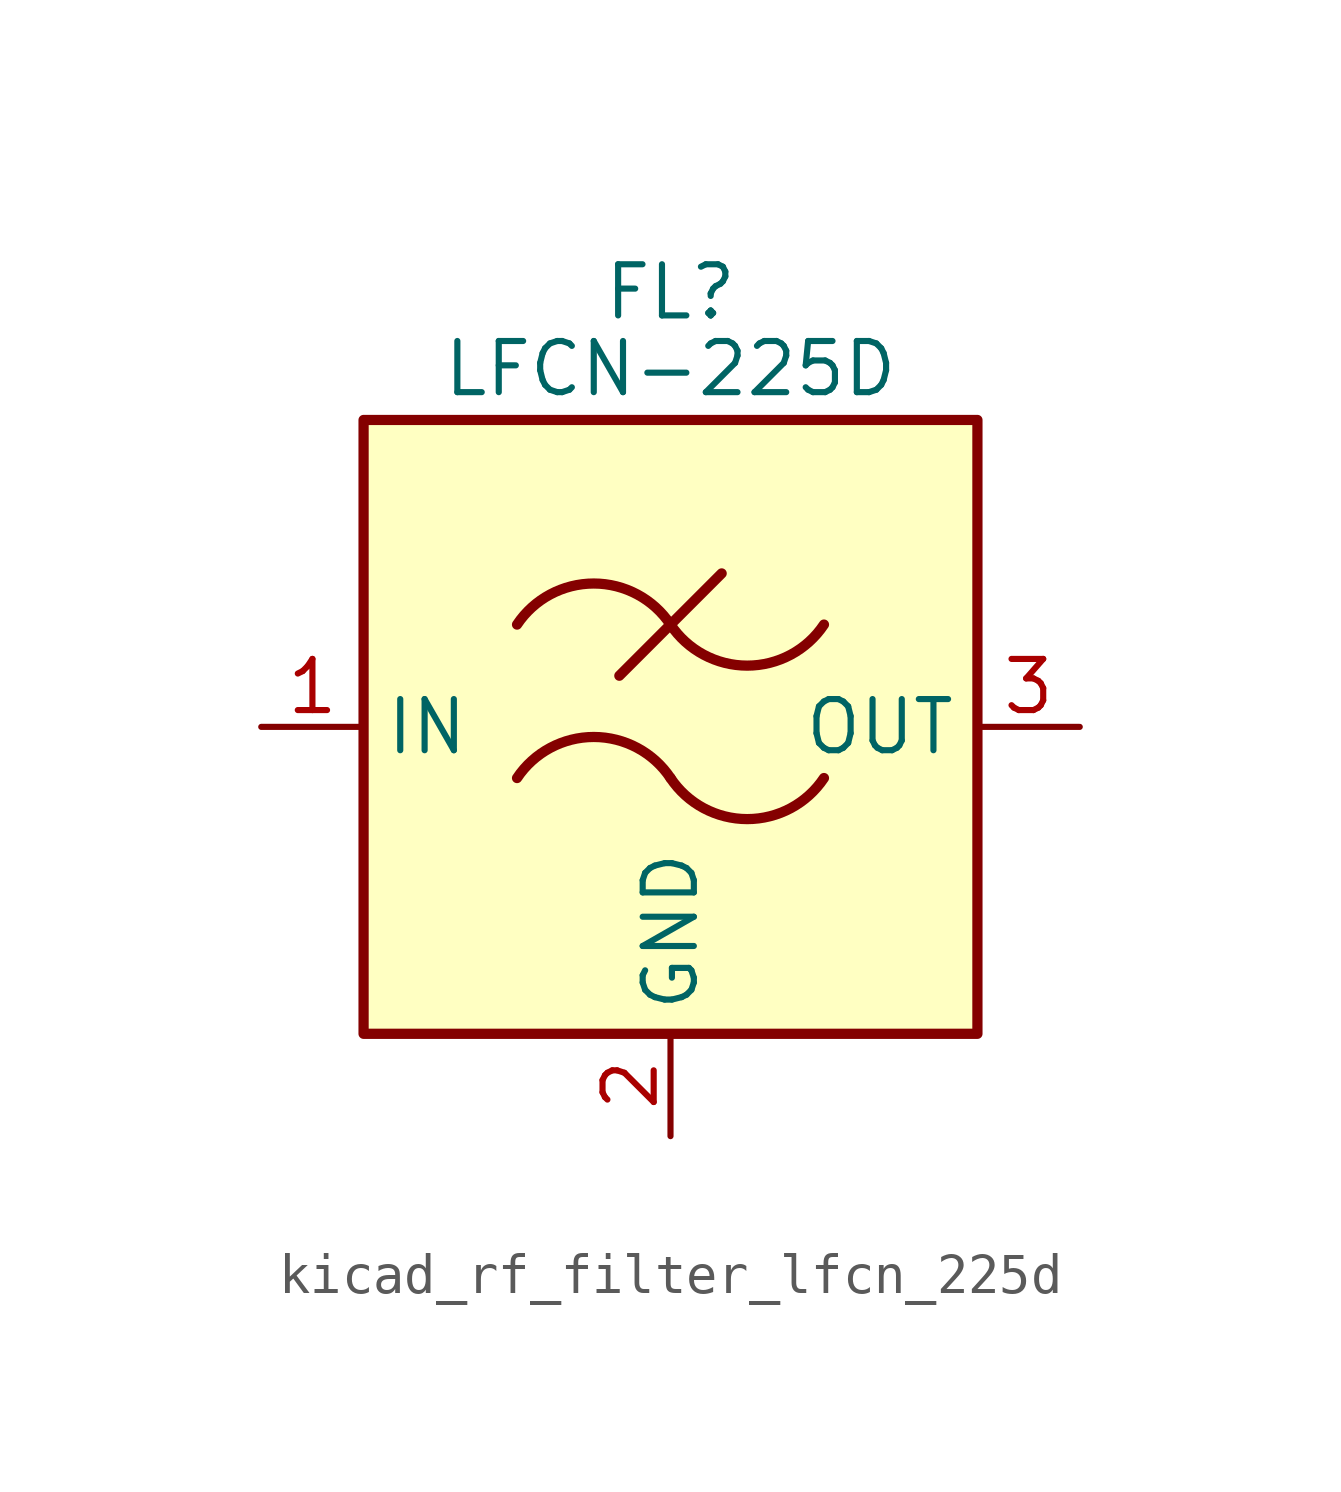
<source format=kicad_sym>
(kicad_symbol_lib
  (version 20220914)
  (generator kicad_symbol_editor)
  (symbol "kicad_rf_filter_lfcn_225d"
    (property "Reference" "FL"
      (at 0 10.795 0)
      (effects (font (size 1.27 1.27))))
    (property "Value" "LFCN-225D"
      (at 0 8.89 0)
      (effects (font (size 1.27 1.27))))
    (symbol "kicad_rf_filter_lfcn_225d_0_1"
      (rectangle (start -7.62 7.62) (end 7.62 -7.62) (stroke (width 0.254) (type default)) (fill (type background)))
      (arc (start 0 -1.27) (mid -1.905 -0.2505) (end -3.81 -1.27) (stroke (width 0.254) (type default)) (fill (type none)))
      (arc (start 0 -1.27) (mid 1.905 -2.2895) (end 3.81 -1.27) (stroke (width 0.254) (type default)) (fill (type none)))
      (polyline (pts (xy -1.27 1.27) (xy 1.27 3.81)) (stroke (width 0.254) (type default)) (fill (type none)))
      (arc (start 0 2.54) (mid -1.905 3.5595) (end -3.81 2.54) (stroke (width 0.254) (type default)) (fill (type none)))
      (arc (start 0 2.54) (mid 1.905 1.5205) (end 3.81 2.54) (stroke (width 0.254) (type default)) (fill (type none))))
    (symbol "kicad_rf_filter_lfcn_225d_1_1"
      (pin passive line (at -10.16 0 0) (length 2.54) (name "IN" (effects (font (size 1.27 1.27)))) (number "1" (effects (font (size 1.27 1.27)))))
      (pin passive line (at 0 -10.16 90) (length 2.54) (name "GND" (effects (font (size 1.27 1.27)))) (number "2" (effects (font (size 1.27 1.27)))))
      (pin passive line (at 10.16 0 180) (length 2.54) (name "OUT" (effects (font (size 1.27 1.27)))) (number "3" (effects (font (size 1.27 1.27)))))
      (pin passive line (at 0 -10.16 90) (length 2.54) hide (name "GND" (effects (font (size 1.27 1.27)))) (number "4" (effects (font (size 1.27 1.27))))))))
</source>
